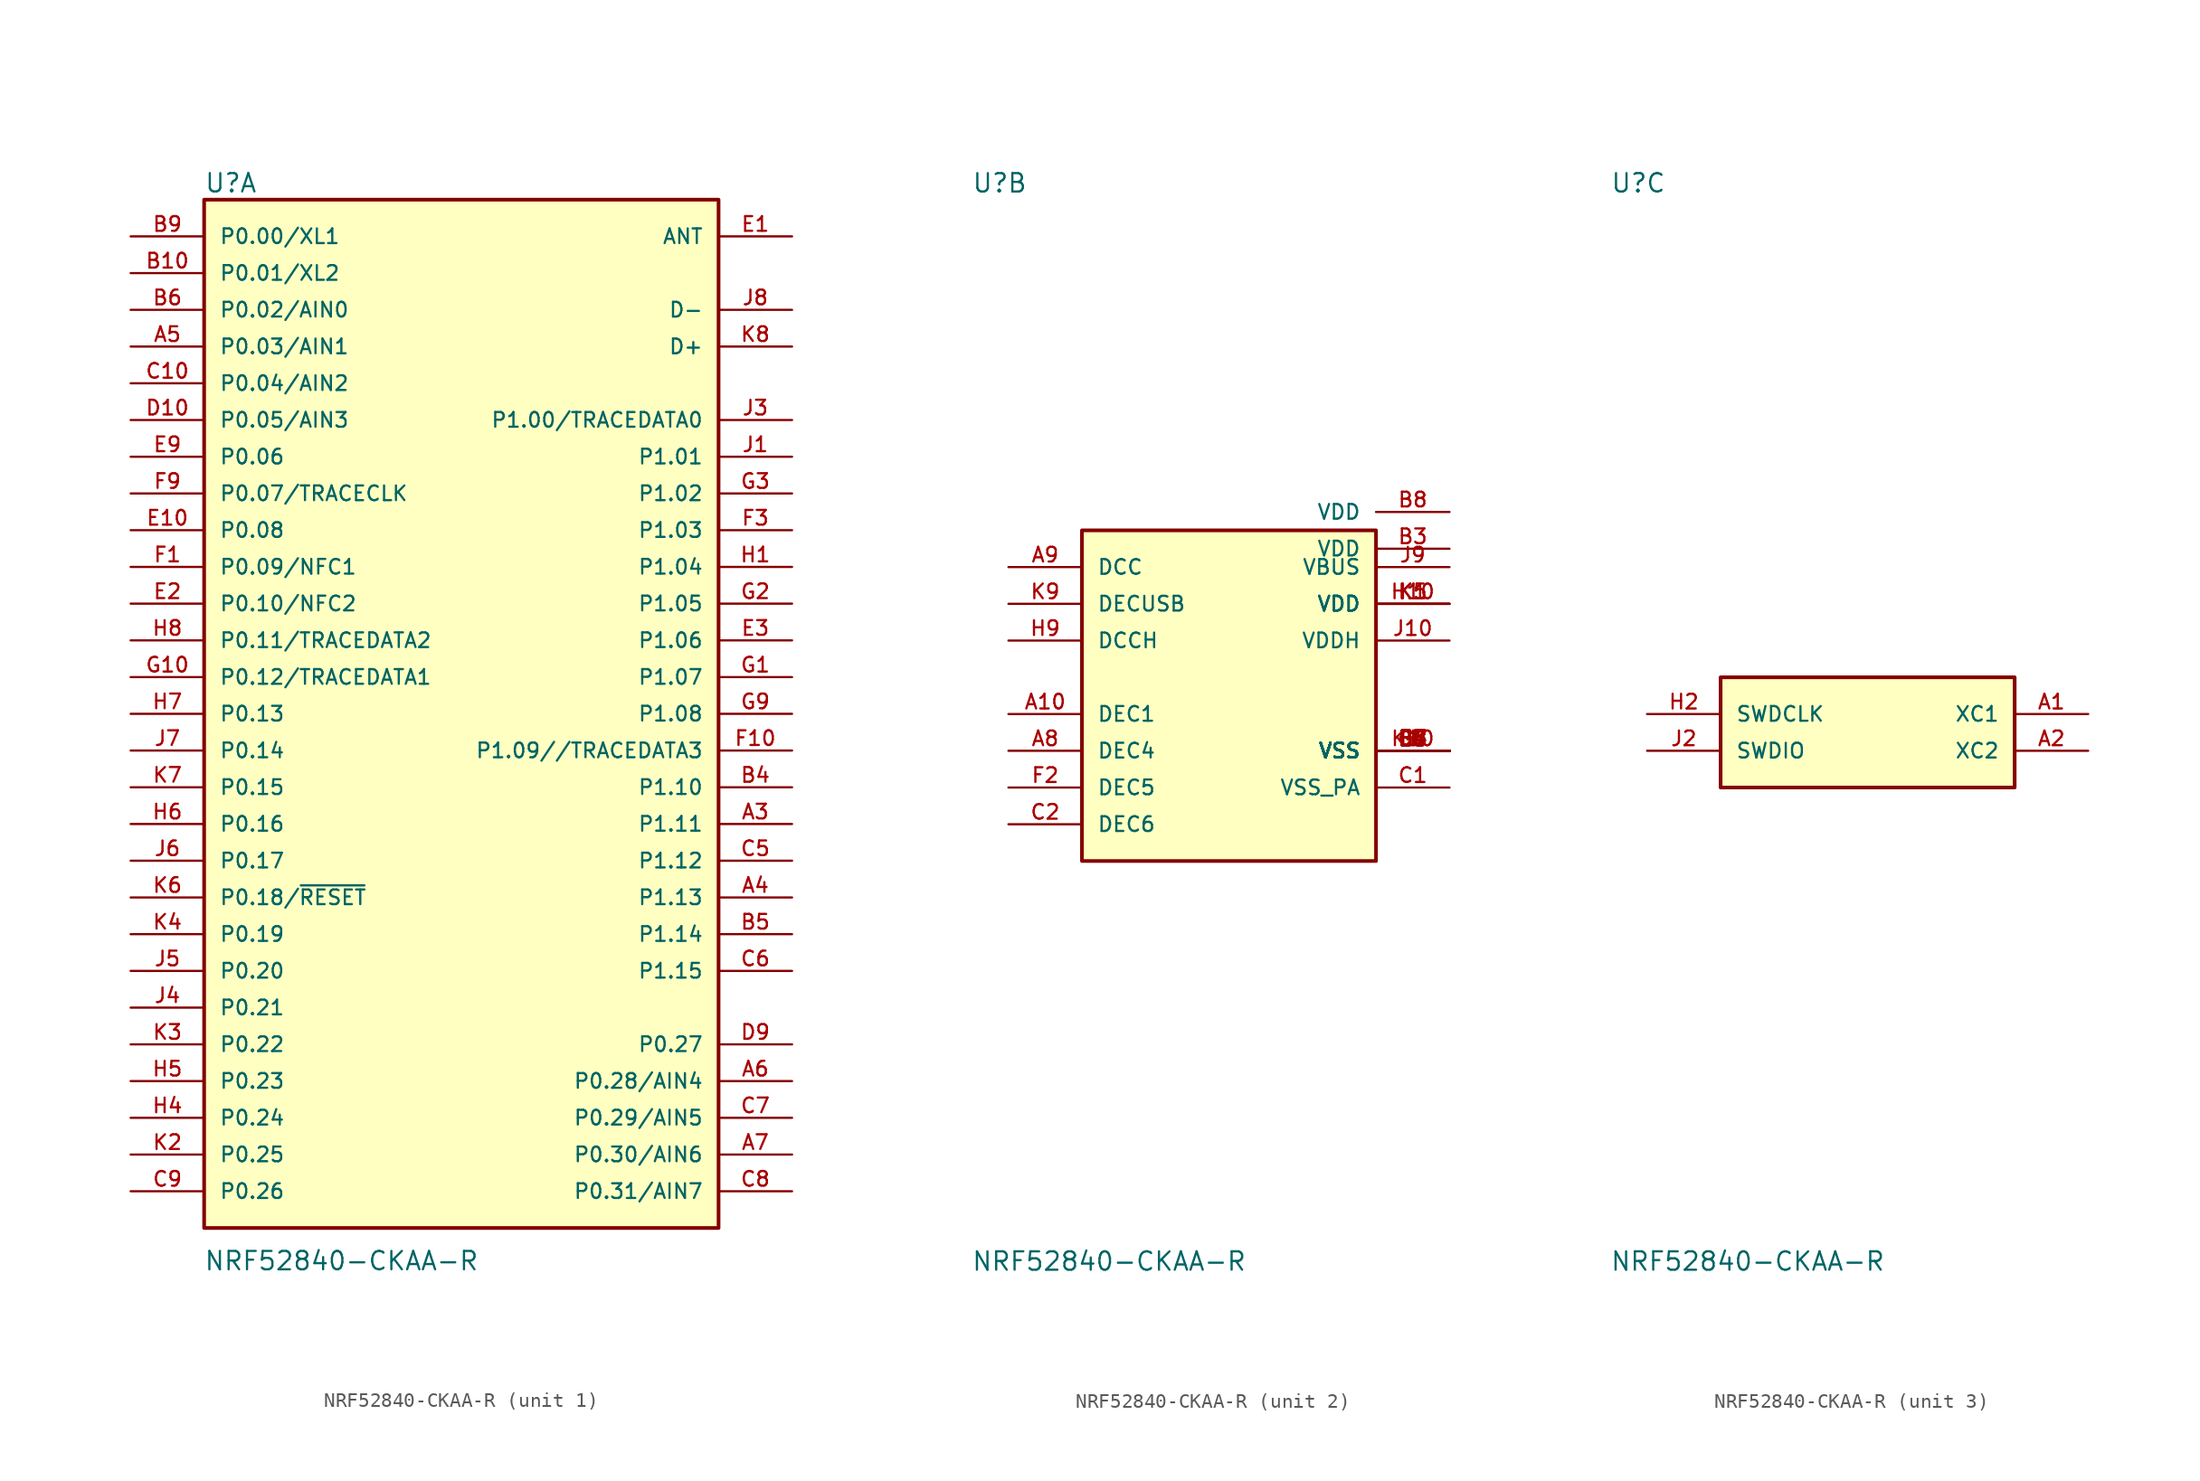
<source format=kicad_sym>
(kicad_symbol_lib
  (version 20231120)
  (generator "kicad_symbol_editor")
  (generator_version "8.0")
  (symbol "NRF52840-CKAA-R"
    (pin_names
      (offset 1.016))
    (property "Reference" "U"
      (at -17.791 35.966 0)
      (effects (font (size 1.27 1.27)) (justify left bottom)))
    (property "Value" "NRF52840-CKAA-R"
      (at -17.819 -38.58 0)
      (effects (font (size 1.27 1.27)) (justify left bottom)))
    (symbol "NRF52840-CKAA-R_1_0"
      (rectangle (start -17.78 -35.56) (end 17.78 35.56) (stroke (width 0.254) (type default)) (fill (type background)))
      (pin bidirectional line (at 22.86 -7.62 180) (length 5.08) (name "P1.11" (effects (font (size 1.016 1.016)))) (number "A3" (effects (font (size 1.016 1.016)))))
      (pin bidirectional line (at 22.86 -12.7 180) (length 5.08) (name "P1.13" (effects (font (size 1.016 1.016)))) (number "A4" (effects (font (size 1.016 1.016)))))
      (pin bidirectional line (at -22.86 25.4 0) (length 5.08) (name "P0.03/AIN1" (effects (font (size 1.016 1.016)))) (number "A5" (effects (font (size 1.016 1.016)))))
      (pin bidirectional line (at 22.86 -25.4 180) (length 5.08) (name "P0.28/AIN4" (effects (font (size 1.016 1.016)))) (number "A6" (effects (font (size 1.016 1.016)))))
      (pin bidirectional line (at 22.86 -30.48 180) (length 5.08) (name "P0.30/AIN6" (effects (font (size 1.016 1.016)))) (number "A7" (effects (font (size 1.016 1.016)))))
      (pin bidirectional line (at -22.86 30.48 0) (length 5.08) (name "P0.01/XL2" (effects (font (size 1.016 1.016)))) (number "B10" (effects (font (size 1.016 1.016)))))
      (pin bidirectional line (at 22.86 -5.08 180) (length 5.08) (name "P1.10" (effects (font (size 1.016 1.016)))) (number "B4" (effects (font (size 1.016 1.016)))))
      (pin bidirectional line (at 22.86 -15.24 180) (length 5.08) (name "P1.14" (effects (font (size 1.016 1.016)))) (number "B5" (effects (font (size 1.016 1.016)))))
      (pin bidirectional line (at -22.86 27.94 0) (length 5.08) (name "P0.02/AIN0" (effects (font (size 1.016 1.016)))) (number "B6" (effects (font (size 1.016 1.016)))))
      (pin bidirectional line (at -22.86 33.02 0) (length 5.08) (name "P0.00/XL1" (effects (font (size 1.016 1.016)))) (number "B9" (effects (font (size 1.016 1.016)))))
      (pin bidirectional line (at -22.86 22.86 0) (length 5.08) (name "P0.04/AIN2" (effects (font (size 1.016 1.016)))) (number "C10" (effects (font (size 1.016 1.016)))))
      (pin bidirectional line (at 22.86 -10.16 180) (length 5.08) (name "P1.12" (effects (font (size 1.016 1.016)))) (number "C5" (effects (font (size 1.016 1.016)))))
      (pin bidirectional line (at 22.86 -17.78 180) (length 5.08) (name "P1.15" (effects (font (size 1.016 1.016)))) (number "C6" (effects (font (size 1.016 1.016)))))
      (pin bidirectional line (at 22.86 -27.94 180) (length 5.08) (name "P0.29/AIN5" (effects (font (size 1.016 1.016)))) (number "C7" (effects (font (size 1.016 1.016)))))
      (pin bidirectional line (at 22.86 -33.02 180) (length 5.08) (name "P0.31/AIN7" (effects (font (size 1.016 1.016)))) (number "C8" (effects (font (size 1.016 1.016)))))
      (pin bidirectional line (at -22.86 -33.02 0) (length 5.08) (name "P0.26" (effects (font (size 1.016 1.016)))) (number "C9" (effects (font (size 1.016 1.016)))))
      (pin bidirectional line (at -22.86 20.32 0) (length 5.08) (name "P0.05/AIN3" (effects (font (size 1.016 1.016)))) (number "D10" (effects (font (size 1.016 1.016)))))
      (pin bidirectional line (at 22.86 -22.86 180) (length 5.08) (name "P0.27" (effects (font (size 1.016 1.016)))) (number "D9" (effects (font (size 1.016 1.016)))))
      (pin bidirectional line (at 22.86 33.02 180) (length 5.08) (name "ANT" (effects (font (size 1.016 1.016)))) (number "E1" (effects (font (size 1.016 1.016)))))
      (pin bidirectional line (at -22.86 12.7 0) (length 5.08) (name "P0.08" (effects (font (size 1.016 1.016)))) (number "E10" (effects (font (size 1.016 1.016)))))
      (pin bidirectional line (at -22.86 7.62 0) (length 5.08) (name "P0.10/NFC2" (effects (font (size 1.016 1.016)))) (number "E2" (effects (font (size 1.016 1.016)))))
      (pin bidirectional line (at 22.86 5.08 180) (length 5.08) (name "P1.06" (effects (font (size 1.016 1.016)))) (number "E3" (effects (font (size 1.016 1.016)))))
      (pin bidirectional line (at -22.86 17.78 0) (length 5.08) (name "P0.06" (effects (font (size 1.016 1.016)))) (number "E9" (effects (font (size 1.016 1.016)))))
      (pin bidirectional line (at -22.86 10.16 0) (length 5.08) (name "P0.09/NFC1" (effects (font (size 1.016 1.016)))) (number "F1" (effects (font (size 1.016 1.016)))))
      (pin bidirectional line (at 22.86 -2.54 180) (length 5.08) (name "P1.09//TRACEDATA3" (effects (font (size 1.016 1.016)))) (number "F10" (effects (font (size 1.016 1.016)))))
      (pin bidirectional line (at 22.86 12.7 180) (length 5.08) (name "P1.03" (effects (font (size 1.016 1.016)))) (number "F3" (effects (font (size 1.016 1.016)))))
      (pin bidirectional line (at -22.86 15.24 0) (length 5.08) (name "P0.07/TRACECLK" (effects (font (size 1.016 1.016)))) (number "F9" (effects (font (size 1.016 1.016)))))
      (pin bidirectional line (at 22.86 2.54 180) (length 5.08) (name "P1.07" (effects (font (size 1.016 1.016)))) (number "G1" (effects (font (size 1.016 1.016)))))
      (pin bidirectional line (at -22.86 2.54 0) (length 5.08) (name "P0.12/TRACEDATA1" (effects (font (size 1.016 1.016)))) (number "G10" (effects (font (size 1.016 1.016)))))
      (pin bidirectional line (at 22.86 7.62 180) (length 5.08) (name "P1.05" (effects (font (size 1.016 1.016)))) (number "G2" (effects (font (size 1.016 1.016)))))
      (pin bidirectional line (at 22.86 15.24 180) (length 5.08) (name "P1.02" (effects (font (size 1.016 1.016)))) (number "G3" (effects (font (size 1.016 1.016)))))
      (pin bidirectional line (at 22.86 0 180) (length 5.08) (name "P1.08" (effects (font (size 1.016 1.016)))) (number "G9" (effects (font (size 1.016 1.016)))))
      (pin bidirectional line (at 22.86 10.16 180) (length 5.08) (name "P1.04" (effects (font (size 1.016 1.016)))) (number "H1" (effects (font (size 1.016 1.016)))))
      (pin bidirectional line (at -22.86 -27.94 0) (length 5.08) (name "P0.24" (effects (font (size 1.016 1.016)))) (number "H4" (effects (font (size 1.016 1.016)))))
      (pin bidirectional line (at -22.86 -25.4 0) (length 5.08) (name "P0.23" (effects (font (size 1.016 1.016)))) (number "H5" (effects (font (size 1.016 1.016)))))
      (pin bidirectional line (at -22.86 -7.62 0) (length 5.08) (name "P0.16" (effects (font (size 1.016 1.016)))) (number "H6" (effects (font (size 1.016 1.016)))))
      (pin bidirectional line (at -22.86 0 0) (length 5.08) (name "P0.13" (effects (font (size 1.016 1.016)))) (number "H7" (effects (font (size 1.016 1.016)))))
      (pin bidirectional line (at -22.86 5.08 0) (length 5.08) (name "P0.11/TRACEDATA2" (effects (font (size 1.016 1.016)))) (number "H8" (effects (font (size 1.016 1.016)))))
      (pin bidirectional line (at 22.86 17.78 180) (length 5.08) (name "P1.01" (effects (font (size 1.016 1.016)))) (number "J1" (effects (font (size 1.016 1.016)))))
      (pin bidirectional line (at 22.86 20.32 180) (length 5.08) (name "P1.00/TRACEDATA0" (effects (font (size 1.016 1.016)))) (number "J3" (effects (font (size 1.016 1.016)))))
      (pin bidirectional line (at -22.86 -20.32 0) (length 5.08) (name "P0.21" (effects (font (size 1.016 1.016)))) (number "J4" (effects (font (size 1.016 1.016)))))
      (pin bidirectional line (at -22.86 -17.78 0) (length 5.08) (name "P0.20" (effects (font (size 1.016 1.016)))) (number "J5" (effects (font (size 1.016 1.016)))))
      (pin bidirectional line (at -22.86 -10.16 0) (length 5.08) (name "P0.17" (effects (font (size 1.016 1.016)))) (number "J6" (effects (font (size 1.016 1.016)))))
      (pin bidirectional line (at -22.86 -2.54 0) (length 5.08) (name "P0.14" (effects (font (size 1.016 1.016)))) (number "J7" (effects (font (size 1.016 1.016)))))
      (pin bidirectional line (at 22.86 27.94 180) (length 5.08) (name "D-" (effects (font (size 1.016 1.016)))) (number "J8" (effects (font (size 1.016 1.016)))))
      (pin bidirectional line (at -22.86 -30.48 0) (length 5.08) (name "P0.25" (effects (font (size 1.016 1.016)))) (number "K2" (effects (font (size 1.016 1.016)))))
      (pin bidirectional line (at -22.86 -22.86 0) (length 5.08) (name "P0.22" (effects (font (size 1.016 1.016)))) (number "K3" (effects (font (size 1.016 1.016)))))
      (pin bidirectional line (at -22.86 -15.24 0) (length 5.08) (name "P0.19" (effects (font (size 1.016 1.016)))) (number "K4" (effects (font (size 1.016 1.016)))))
      (pin bidirectional line (at -22.86 -12.7 0) (length 5.08) (name "P0.18/~{RESET}" (effects (font (size 1.016 1.016)))) (number "K6" (effects (font (size 1.016 1.016)))))
      (pin bidirectional line (at -22.86 -5.08 0) (length 5.08) (name "P0.15" (effects (font (size 1.016 1.016)))) (number "K7" (effects (font (size 1.016 1.016)))))
      (pin bidirectional line (at 22.86 25.4 180) (length 5.08) (name "D+" (effects (font (size 1.016 1.016)))) (number "K8" (effects (font (size 1.016 1.016))))))
    (symbol "NRF52840-CKAA-R_2_0"
      (rectangle (start -10.16 -10.16) (end 10.16 12.7) (stroke (width 0.254) (type default)) (fill (type background)))
      (pin power_in line (at -15.24 0 0) (length 5.08) (name "DEC1" (effects (font (size 1.016 1.016)))) (number "A10" (effects (font (size 1.016 1.016)))))
      (pin power_in line (at -15.24 -2.54 0) (length 5.08) (name "DEC4" (effects (font (size 1.016 1.016)))) (number "A8" (effects (font (size 1.016 1.016)))))
      (pin power_in line (at -15.24 10.16 0) (length 5.08) (name "DCC" (effects (font (size 1.016 1.016)))) (number "A9" (effects (font (size 1.016 1.016)))))
      (pin power_in line (at 15.24 11.43 180) (length 5.08) (name "VDD" (effects (font (size 1.016 1.016)))) (number "B3" (effects (font (size 1.016 1.016)))))
      (pin power_in line (at 15.24 -2.54 180) (length 5.08) (name "VSS" (effects (font (size 1.016 1.016)))) (number "B7" (effects (font (size 1.016 1.016)))))
      (pin power_in line (at 15.24 13.97 180) (length 5.08) (name "VDD" (effects (font (size 1.016 1.016)))) (number "B8" (effects (font (size 1.016 1.016)))))
      (pin power_in line (at 15.24 -5.08 180) (length 5.08) (name "VSS_PA" (effects (font (size 1.016 1.016)))) (number "C1" (effects (font (size 1.016 1.016)))))
      (pin power_in line (at -15.24 -7.62 0) (length 5.08) (name "DEC6" (effects (font (size 1.016 1.016)))) (number "C2" (effects (font (size 1.016 1.016)))))
      (pin power_in line (at 15.24 -2.54 180) (length 5.08) (name "VSS" (effects (font (size 1.016 1.016)))) (number "C4" (effects (font (size 1.016 1.016)))))
      (pin power_in line (at 15.24 -2.54 180) (length 5.08) (name "VSS" (effects (font (size 1.016 1.016)))) (number "D3" (effects (font (size 1.016 1.016)))))
      (pin power_in line (at 15.24 -2.54 180) (length 5.08) (name "VSS" (effects (font (size 1.016 1.016)))) (number "D4" (effects (font (size 1.016 1.016)))))
      (pin power_in line (at 15.24 -2.54 180) (length 5.08) (name "VSS" (effects (font (size 1.016 1.016)))) (number "D5" (effects (font (size 1.016 1.016)))))
      (pin power_in line (at 15.24 -2.54 180) (length 5.08) (name "VSS" (effects (font (size 1.016 1.016)))) (number "D6" (effects (font (size 1.016 1.016)))))
      (pin power_in line (at 15.24 -2.54 180) (length 5.08) (name "VSS" (effects (font (size 1.016 1.016)))) (number "D7" (effects (font (size 1.016 1.016)))))
      (pin power_in line (at 15.24 -2.54 180) (length 5.08) (name "VSS" (effects (font (size 1.016 1.016)))) (number "D8" (effects (font (size 1.016 1.016)))))
      (pin power_in line (at 15.24 -2.54 180) (length 5.08) (name "VSS" (effects (font (size 1.016 1.016)))) (number "E4" (effects (font (size 1.016 1.016)))))
      (pin power_in line (at 15.24 -2.54 180) (length 5.08) (name "VSS" (effects (font (size 1.016 1.016)))) (number "E5" (effects (font (size 1.016 1.016)))))
      (pin power_in line (at 15.24 -2.54 180) (length 5.08) (name "VSS" (effects (font (size 1.016 1.016)))) (number "E6" (effects (font (size 1.016 1.016)))))
      (pin power_in line (at 15.24 -2.54 180) (length 5.08) (name "VSS" (effects (font (size 1.016 1.016)))) (number "E7" (effects (font (size 1.016 1.016)))))
      (pin power_in line (at 15.24 -2.54 180) (length 5.08) (name "VSS" (effects (font (size 1.016 1.016)))) (number "E8" (effects (font (size 1.016 1.016)))))
      (pin power_in line (at -15.24 -5.08 0) (length 5.08) (name "DEC5" (effects (font (size 1.016 1.016)))) (number "F2" (effects (font (size 1.016 1.016)))))
      (pin power_in line (at 15.24 -2.54 180) (length 5.08) (name "VSS" (effects (font (size 1.016 1.016)))) (number "F4" (effects (font (size 1.016 1.016)))))
      (pin power_in line (at 15.24 -2.54 180) (length 5.08) (name "VSS" (effects (font (size 1.016 1.016)))) (number "F5" (effects (font (size 1.016 1.016)))))
      (pin power_in line (at 15.24 -2.54 180) (length 5.08) (name "VSS" (effects (font (size 1.016 1.016)))) (number "F6" (effects (font (size 1.016 1.016)))))
      (pin power_in line (at 15.24 -2.54 180) (length 5.08) (name "VSS" (effects (font (size 1.016 1.016)))) (number "F7" (effects (font (size 1.016 1.016)))))
      (pin power_in line (at 15.24 -2.54 180) (length 5.08) (name "VSS" (effects (font (size 1.016 1.016)))) (number "F8" (effects (font (size 1.016 1.016)))))
      (pin power_in line (at 15.24 -2.54 180) (length 5.08) (name "VSS" (effects (font (size 1.016 1.016)))) (number "G4" (effects (font (size 1.016 1.016)))))
      (pin power_in line (at 15.24 -2.54 180) (length 5.08) (name "VSS" (effects (font (size 1.016 1.016)))) (number "G5" (effects (font (size 1.016 1.016)))))
      (pin power_in line (at 15.24 -2.54 180) (length 5.08) (name "VSS" (effects (font (size 1.016 1.016)))) (number "G6" (effects (font (size 1.016 1.016)))))
      (pin power_in line (at 15.24 -2.54 180) (length 5.08) (name "VSS" (effects (font (size 1.016 1.016)))) (number "G7" (effects (font (size 1.016 1.016)))))
      (pin power_in line (at 15.24 -2.54 180) (length 5.08) (name "VSS" (effects (font (size 1.016 1.016)))) (number "G8" (effects (font (size 1.016 1.016)))))
      (pin power_in line (at 15.24 7.62 180) (length 5.08) (name "VDD" (effects (font (size 1.016 1.016)))) (number "H10" (effects (font (size 1.016 1.016)))))
      (pin power_in line (at -15.24 5.08 0) (length 5.08) (name "DCCH" (effects (font (size 1.016 1.016)))) (number "H9" (effects (font (size 1.016 1.016)))))
      (pin power_in line (at 15.24 5.08 180) (length 5.08) (name "VDDH" (effects (font (size 1.016 1.016)))) (number "J10" (effects (font (size 1.016 1.016)))))
      (pin power_in line (at 15.24 10.16 180) (length 5.08) (name "VBUS" (effects (font (size 1.016 1.016)))) (number "J9" (effects (font (size 1.016 1.016)))))
      (pin power_in line (at 15.24 7.62 180) (length 5.08) (name "VDD" (effects (font (size 1.016 1.016)))) (number "K1" (effects (font (size 1.016 1.016)))))
      (pin power_in line (at 15.24 -2.54 180) (length 5.08) (name "VSS" (effects (font (size 1.016 1.016)))) (number "K10" (effects (font (size 1.016 1.016)))))
      (pin power_in line (at 15.24 7.62 180) (length 5.08) (name "VDD" (effects (font (size 1.016 1.016)))) (number "K5" (effects (font (size 1.016 1.016)))))
      (pin power_in line (at -15.24 7.62 0) (length 5.08) (name "DECUSB" (effects (font (size 1.016 1.016)))) (number "K9" (effects (font (size 1.016 1.016))))))
    (symbol "NRF52840-CKAA-R_3_0"
      (rectangle (start -10.16 -5.08) (end 10.16 2.54) (stroke (width 0.254) (type default)) (fill (type background)))
      (pin input line (at 15.24 0 180) (length 5.08) (name "XC1" (effects (font (size 1.016 1.016)))) (number "A1" (effects (font (size 1.016 1.016)))))
      (pin input line (at 15.24 -2.54 180) (length 5.08) (name "XC2" (effects (font (size 1.016 1.016)))) (number "A2" (effects (font (size 1.016 1.016)))))
      (pin input line (at -15.24 0 0) (length 5.08) (name "SWDCLK" (effects (font (size 1.016 1.016)))) (number "H2" (effects (font (size 1.016 1.016)))))
      (pin input line (at -15.24 -2.54 0) (length 5.08) (name "SWDIO" (effects (font (size 1.016 1.016)))) (number "J2" (effects (font (size 1.016 1.016))))))))
</source>
